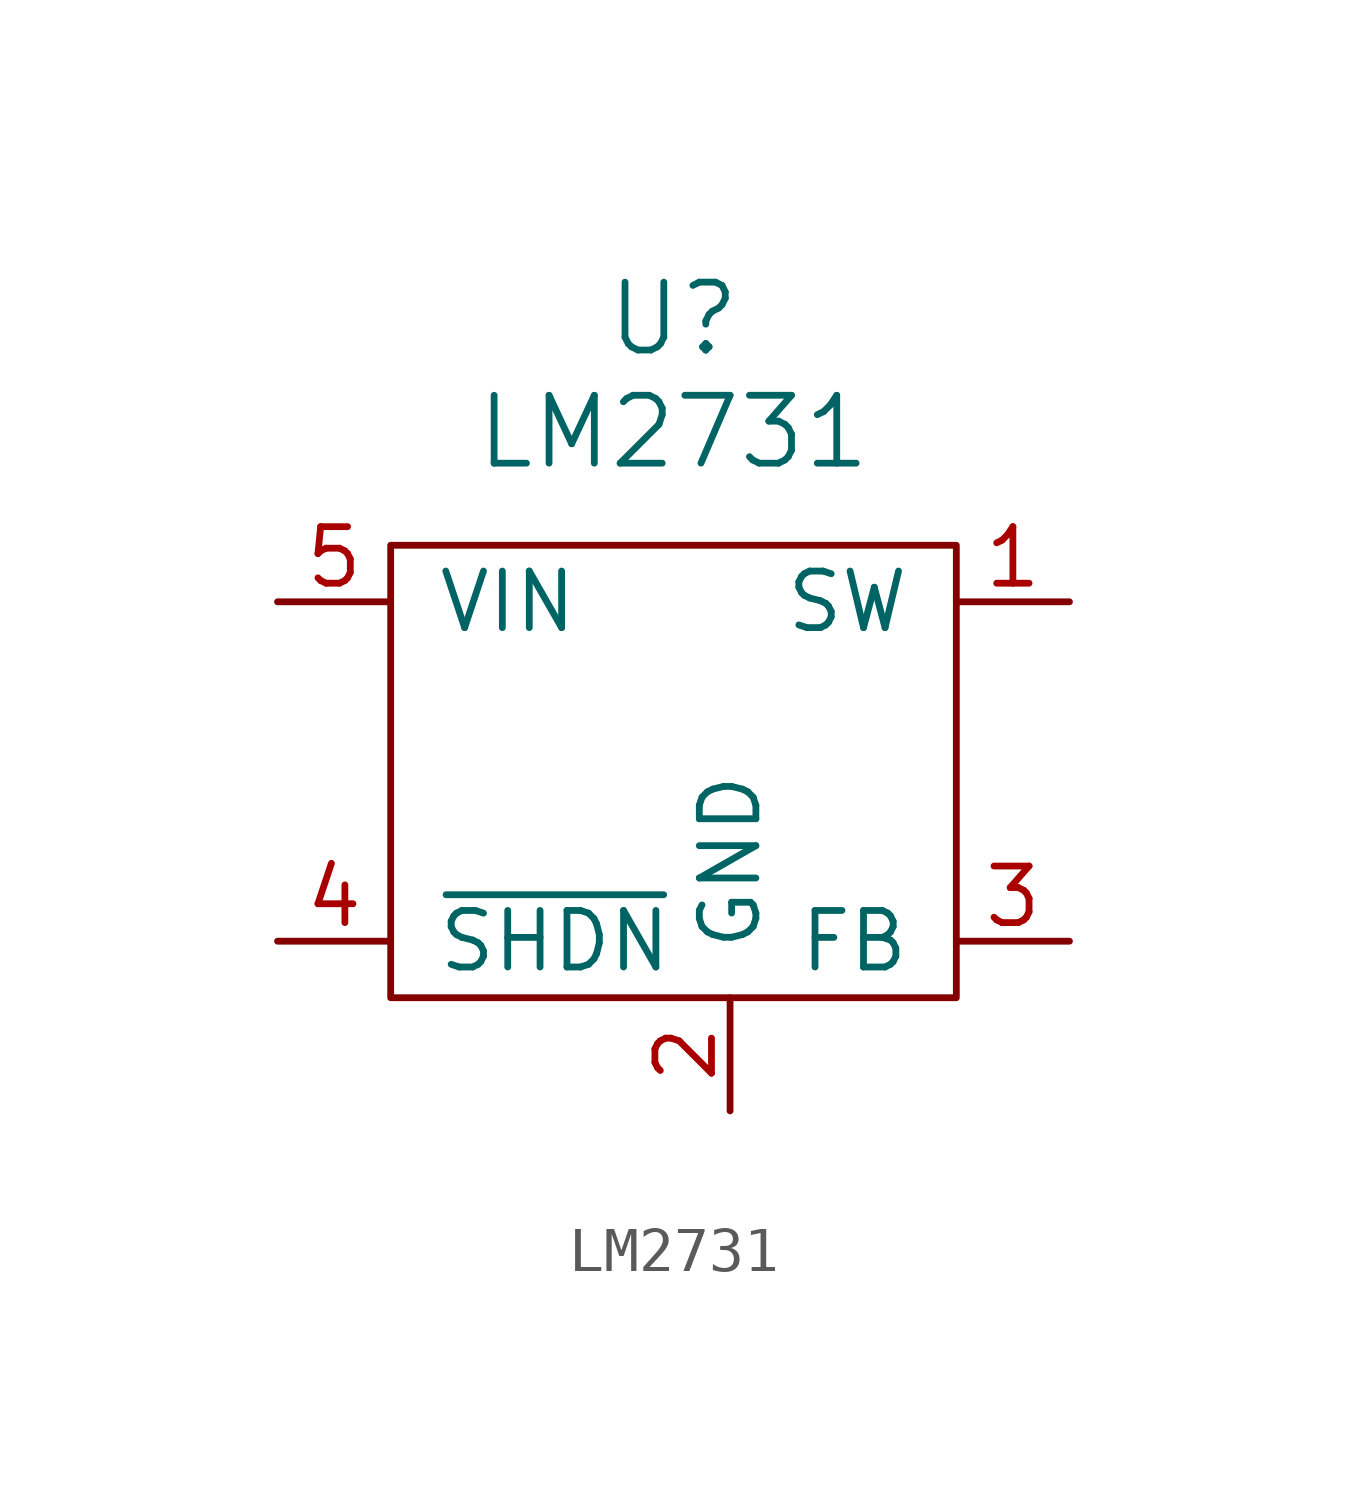
<source format=kicad_sym>
(kicad_symbol_lib
  (version 20220914)
  (generator kicad_symbol_editor)
  (symbol "LM2731"
    (pin_names
      (offset 1.016))
    (property "Reference" "U"
      (at 0 10.16 0)
      (effects (font (size 1.524 1.524))))
    (property "Value" "LM2731"
      (at 0 7.62 0)
      (effects (font (size 1.524 1.524))))
    (property "Footprint" ""
      (at 0 0 0)
      (effects (font (size 1.524 1.524))))
    (property "Datasheet" ""
      (at 0 0 0)
      (effects (font (size 1.524 1.524))))
    (symbol "LM2731_0_1"
      (rectangle (start -6.35 5.08) (end 6.35 -5.08) (stroke (width 0) (type solid)) (fill (type none))))
    (symbol "LM2731_1_1"
      (pin passive line (at 8.89 3.81 180) (length 2.54) (name "SW" (effects (font (size 1.27 1.27)))) (number "1" (effects (font (size 1.27 1.27)))))
      (pin passive line (at 1.27 -7.62 90) (length 2.54) (name "GND" (effects (font (size 1.27 1.27)))) (number "2" (effects (font (size 1.27 1.27)))))
      (pin passive line (at 8.89 -3.81 180) (length 2.54) (name "FB" (effects (font (size 1.27 1.27)))) (number "3" (effects (font (size 1.27 1.27)))))
      (pin passive line (at -8.89 -3.81 0) (length 2.54) (name "~{SHDN}" (effects (font (size 1.27 1.27)))) (number "4" (effects (font (size 1.27 1.27)))))
      (pin passive line (at -8.89 3.81 0) (length 2.54) (name "VIN" (effects (font (size 1.27 1.27)))) (number "5" (effects (font (size 1.27 1.27))))))))
</source>
